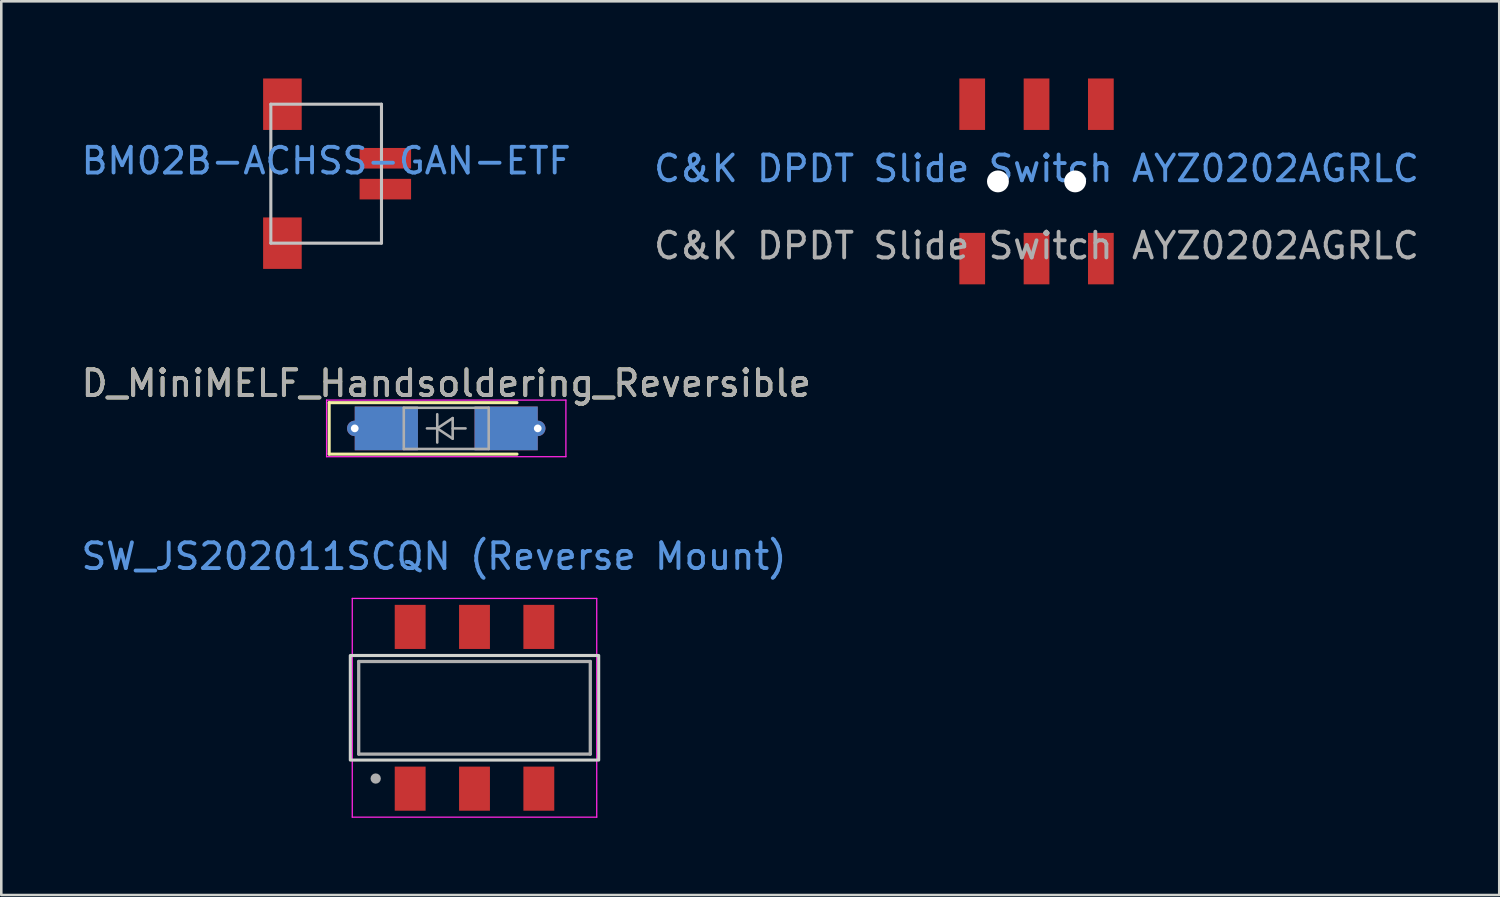
<source format=kicad_pcb>
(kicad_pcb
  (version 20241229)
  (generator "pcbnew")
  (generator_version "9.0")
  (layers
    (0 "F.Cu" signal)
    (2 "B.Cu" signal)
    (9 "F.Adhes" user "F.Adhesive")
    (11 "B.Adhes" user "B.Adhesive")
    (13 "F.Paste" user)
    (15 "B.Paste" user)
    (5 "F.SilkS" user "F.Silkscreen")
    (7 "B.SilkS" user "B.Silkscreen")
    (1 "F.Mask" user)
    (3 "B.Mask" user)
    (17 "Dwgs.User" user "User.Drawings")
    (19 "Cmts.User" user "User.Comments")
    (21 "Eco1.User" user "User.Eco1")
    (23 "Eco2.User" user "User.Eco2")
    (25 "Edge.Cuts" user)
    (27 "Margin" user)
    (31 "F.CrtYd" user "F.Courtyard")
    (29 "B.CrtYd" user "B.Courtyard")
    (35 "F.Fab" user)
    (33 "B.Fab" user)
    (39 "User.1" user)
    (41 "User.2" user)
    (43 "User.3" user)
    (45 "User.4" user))
  (footprint "D_MiniMELF_Handsoldering_Reversible"
    (layer "F.Cu")
    (at 14.292 13.598)
    (property "Reference" "D_MiniMELF_Handsoldering_Reversible" (at 0 -1.75 0) (layer "F.SilkS") (effects (font (size 1 1) (thickness 0.15))))
    (attr smd)
    (fp_line (start -4.55 -1) (end -4.55 1) (stroke (width 0.12) (type solid)) (layer "F.SilkS"))
    (fp_line (start -4.55 1) (end 2.75 1) (stroke (width 0.12) (type solid)) (layer "F.SilkS"))
    (fp_line (start 2.75 -1) (end -4.55 -1) (stroke (width 0.12) (type solid)) (layer "F.SilkS"))
    (fp_line (start -4.65 -1.1) (end 4.65 -1.1) (stroke (width 0.05) (type solid)) (layer "F.CrtYd"))
    (fp_line (start -4.65 1.1) (end -4.65 -1.1) (stroke (width 0.05) (type solid)) (layer "F.CrtYd"))
    (fp_line (start 4.65 -1.1) (end 4.65 1.1) (stroke (width 0.05) (type solid)) (layer "F.CrtYd"))
    (fp_line (start 4.65 1.1) (end -4.65 1.1) (stroke (width 0.05) (type solid)) (layer "F.CrtYd"))
    (fp_line (start -1.65 -0.8) (end 1.65 -0.8) (stroke (width 0.1) (type solid)) (layer "F.Fab"))
    (fp_line (start -1.65 0.8) (end -1.65 -0.8) (stroke (width 0.1) (type solid)) (layer "F.Fab"))
    (fp_line (start -0.75 0) (end -0.35 0) (stroke (width 0.1) (type solid)) (layer "F.Fab"))
    (fp_line (start -0.35 0) (end -0.35 -0.55) (stroke (width 0.1) (type solid)) (layer "F.Fab"))
    (fp_line (start -0.35 0) (end -0.35 0.55) (stroke (width 0.1) (type solid)) (layer "F.Fab"))
    (fp_line (start -0.35 0) (end 0.25 -0.4) (stroke (width 0.1) (type solid)) (layer "F.Fab"))
    (fp_line (start 0.25 -0.4) (end 0.25 0.4) (stroke (width 0.1) (type solid)) (layer "F.Fab"))
    (fp_line (start 0.25 0) (end 0.75 0) (stroke (width 0.1) (type solid)) (layer "F.Fab"))
    (fp_line (start 0.25 0.4) (end -0.35 0) (stroke (width 0.1) (type solid)) (layer "F.Fab"))
    (fp_line (start 1.65 -0.8) (end 1.65 0.8) (stroke (width 0.1) (type solid)) (layer "F.Fab"))
    (fp_line (start 1.65 0.8) (end -1.65 0.8) (stroke (width 0.1) (type solid)) (layer "F.Fab"))
    (fp_text user "${REFERENCE}" (at 0 -1.75 0) (layer "F.Fab") (effects (font (size 1 1) (thickness 0.15))))
    (pad "" thru_hole circle (at -3.556 0) (size 0.6 0.6) (drill 0.3) (layers "*.Cu" "*.Mask"))
    (pad "" thru_hole circle (at 3.556 0) (size 0.6 0.6) (drill 0.3) (layers "*.Cu" "*.Mask"))
    (pad "1" smd rect (at -2.328 0) (size 2.456 1.7) (layers "F.Cu" "F.Mask" "F.Paste"))
    (pad "1" smd rect (at -2.328 0 180) (size 2.456 1.7) (layers "B.Cu" "B.Mask" "B.Paste"))
    (pad "2" smd rect (at 2.328 0) (size 2.456 1.7) (layers "F.Cu" "F.Mask" "F.Paste"))
    (pad "2" smd rect (at 2.328 0 180) (size 2.456 1.7) (layers "B.Cu" "B.Mask" "B.Paste")))
  (footprint "BM02B-ACHSS-GAN-ETF"
    (layer "F.Cu")
    (at 9.625 3.7)
    (property "Reference" "BM02B-ACHSS-GAN-ETF" (at 0 -0.5 0) (unlocked yes) (layer "Cmts.User") (effects (font (size 1 1) (thickness 0.15))))
    (attr smd)
    (fp_line (start -2.15 -2.7) (end 2.15 -2.7) (stroke (width 0.12) (type solid)) (layer "Dwgs.User"))
    (fp_line (start -2.15 2.7) (end -2.15 -2.7) (stroke (width 0.12) (type solid)) (layer "Dwgs.User"))
    (fp_line (start -2.15 2.7) (end 2.15 2.7) (stroke (width 0.12) (type solid)) (layer "Dwgs.User"))
    (fp_line (start 2.15 -2.7) (end 2.15 2.7) (stroke (width 0.12) (type solid)) (layer "Dwgs.User"))
    (pad "" smd rect (at -1.7 -2.7) (size 1.5 2) (layers "F.Cu" "F.Mask" "F.Paste"))
    (pad "" smd rect (at -1.7 2.7) (size 1.5 2) (layers "F.Cu" "F.Mask" "F.Paste"))
    (pad "1" smd rect (at 2.3 0.6) (size 2 0.8) (layers "F.Cu" "F.Mask" "F.Paste"))
    (pad "2" smd rect (at 2.3 -0.6) (size 2 0.8) (layers "F.Cu" "F.Mask" "F.Paste")))
  (footprint "C&K DPDT Slide Switch AYZ0202AGRLC"
    (layer "F.Cu")
    (at 37.232 4)
    (property "Reference" "C&K DPDT Slide Switch AYZ0202AGRLC" (at 0 -0.5 0) (unlocked yes) (layer "Cmts.User") (effects (font (size 1 1) (thickness 0.15))))
    (attr smd)
    (fp_text user "${REFERENCE}" (at 0 2.5 0) (unlocked yes) (layer "F.Fab") (effects (font (size 1 1) (thickness 0.15))))
    (pad "" np_thru_hole circle (at -1.5 0) (size 0.85 0.85) (drill 0.85) (layers "*.Cu" "*.Mask"))
    (pad "" np_thru_hole circle (at 1.5 0) (size 0.85 0.85) (drill 0.85) (layers "*.Cu" "*.Mask"))
    (pad "1" smd rect (at -2.5 -3) (size 1 2) (layers "F.Cu" "F.Mask" "F.Paste"))
    (pad "2" smd rect (at 0 -3) (size 1 2) (layers "F.Cu" "F.Mask" "F.Paste"))
    (pad "3" smd rect (at 2.5 -3) (size 1 2) (layers "F.Cu" "F.Mask" "F.Paste"))
    (pad "4" smd rect (at -2.5 3) (size 1 2) (layers "F.Cu" "F.Mask" "F.Paste"))
    (pad "5" smd rect (at 0 3) (size 1 2) (layers "F.Cu" "F.Mask" "F.Paste"))
    (pad "6" smd rect (at 2.5 3) (size 1 2) (layers "F.Cu" "F.Mask" "F.Paste")))
  (footprint "SW_JS202011SCQN (Reverse Mount)"
    (layer "F.Cu")
    (at 15.39 24.456)
    (property "Reference" "SW_JS202011SCQN (Reverse Mount)" (at -1.575 -5.885 0) (layer "Cmts.User") (effects (font (size 1 1) (thickness 0.15))))
    (attr smd)
    (fp_rect (start 4.826 -2.032) (end -4.826 2.032) (stroke (width 0.12) (type solid)) (fill no) (layer "Edge.Cuts"))
    (fp_line (start -4.75 -4.25) (end -4.75 4.25) (stroke (width 0.05) (type solid)) (layer "F.CrtYd"))
    (fp_line (start -4.75 4.25) (end 4.75 4.25) (stroke (width 0.05) (type solid)) (layer "F.CrtYd"))
    (fp_line (start 4.75 -4.25) (end -4.75 -4.25) (stroke (width 0.05) (type solid)) (layer "F.CrtYd"))
    (fp_line (start 4.75 4.25) (end 4.75 -4.25) (stroke (width 0.05) (type solid)) (layer "F.CrtYd"))
    (fp_line (start -4.5 -1.8) (end -4.5 1.8) (stroke (width 0.127) (type solid)) (layer "F.Fab"))
    (fp_line (start -4.5 1.8) (end 4.5 1.8) (stroke (width 0.127) (type solid)) (layer "F.Fab"))
    (fp_line (start 4.5 -1.8) (end -4.5 -1.8) (stroke (width 0.127) (type solid)) (layer "F.Fab"))
    (fp_line (start 4.5 1.8) (end 4.5 -1.8) (stroke (width 0.127) (type solid)) (layer "F.Fab"))
    (fp_circle (center -3.84 2.75) (end -3.74 2.75) (stroke (width 0.2) (type solid)) (fill no) (layer "F.Fab"))
    (pad "1" smd rect (at -2.5 -3.143) (size 1.2 1.714) (layers "F.Cu" "F.Mask" "F.Paste"))
    (pad "2" smd rect (at 0 -3.143) (size 1.2 1.714) (layers "F.Cu" "F.Mask" "F.Paste"))
    (pad "3" smd rect (at 2.5 -3.143) (size 1.2 1.714) (layers "F.Cu" "F.Mask" "F.Paste"))
    (pad "4" smd rect (at -2.5 3.143) (size 1.2 1.714) (layers "F.Cu" "F.Mask" "F.Paste"))
    (pad "5" smd rect (at 0 3.143) (size 1.2 1.714) (layers "F.Cu" "F.Mask" "F.Paste"))
    (pad "6" smd rect (at 2.5 3.143) (size 1.2 1.714) (layers "F.Cu" "F.Mask" "F.Paste")))
  (gr_rect
    (start -3 -3)
    (end 55.214 31.732)
    (stroke (width 0.1) (type default))
    (fill no)
    (layer "Edge.Cuts")))
</source>
